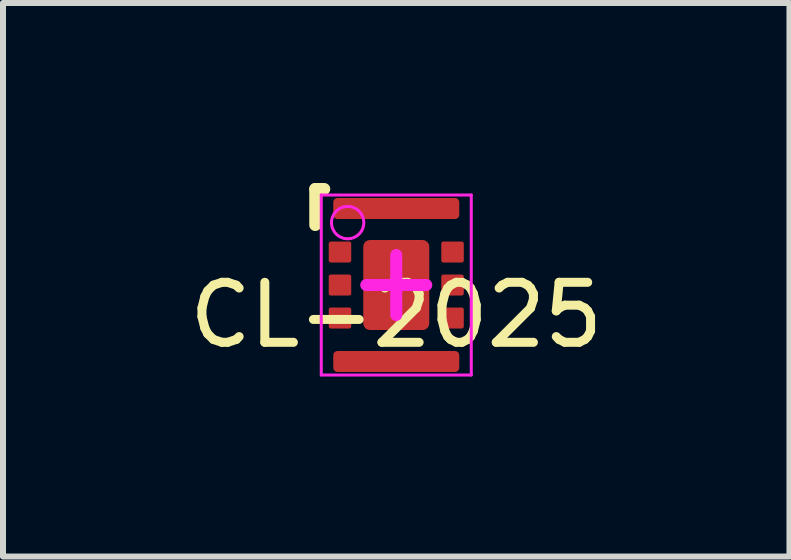
<source format=kicad_pcb>
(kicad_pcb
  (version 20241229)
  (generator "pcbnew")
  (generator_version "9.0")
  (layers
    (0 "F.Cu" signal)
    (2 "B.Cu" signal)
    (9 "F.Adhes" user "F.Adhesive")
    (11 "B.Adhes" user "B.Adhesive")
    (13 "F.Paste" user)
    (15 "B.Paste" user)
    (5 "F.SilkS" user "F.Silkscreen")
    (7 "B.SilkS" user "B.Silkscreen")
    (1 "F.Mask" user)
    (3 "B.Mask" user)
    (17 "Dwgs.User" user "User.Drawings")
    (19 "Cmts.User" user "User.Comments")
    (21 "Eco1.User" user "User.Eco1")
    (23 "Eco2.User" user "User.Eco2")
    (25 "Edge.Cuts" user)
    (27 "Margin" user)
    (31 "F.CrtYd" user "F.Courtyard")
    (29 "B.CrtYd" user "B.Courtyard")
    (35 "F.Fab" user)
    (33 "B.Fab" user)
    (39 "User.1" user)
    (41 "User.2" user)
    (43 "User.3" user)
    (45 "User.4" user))
  (footprint "CL-2025"
    (layer "F.Cu")
    (at 3.554 1.7)
    (property "Reference" "CL-2025" (at 0 0.5 0) (layer "F.SilkS") (effects (font (size 1 1) (thickness 0.15))))
    (attr smd)
    (fp_line (start -1.35 -1.6) (end -1.2 -1.6) (stroke (width 0.2) (type solid)) (layer "F.SilkS"))
    (fp_line (start -1.35 -1) (end -1.35 -1.6) (stroke (width 0.2) (type solid)) (layer "F.SilkS"))
    (fp_poly (pts (xy -1.1 -0.7) (xy -1.1 -0.4) (xy -0.8 -0.4) (xy -0.8 -0.7)) (stroke (width 0.001) (type solid)) (fill yes) (layer "F.Paste"))
    (fp_poly (pts (xy -1.1 -0.15) (xy -1.1 0.15) (xy -0.8 0.15) (xy -0.8 -0.15)) (stroke (width 0.001) (type solid)) (fill yes) (layer "F.Paste"))
    (fp_poly (pts (xy -1.1 0.4) (xy -1.1 0.7) (xy -0.8 0.7) (xy -0.8 0.4)) (stroke (width 0.001) (type solid)) (fill yes) (layer "F.Paste"))
    (fp_poly (pts (xy -1.025 -1.425) (xy 1.025 -1.425) (xy 1.025 -1.15) (xy -1.025 -1.15)) (stroke (width 0.0001) (type solid)) (fill yes) (layer "F.Paste"))
    (fp_poly (pts (xy -1.025 1.13) (xy 1.025 1.13) (xy 1.025 1.405) (xy -1.025 1.405)) (stroke (width 0.0001) (type solid)) (fill yes) (layer "F.Paste"))
    (fp_poly (pts (xy -0.45 -0.25) (xy -0.45 -0.65) (xy 0.45 -0.65) (xy 0.45 -0.25)) (stroke (width 0.001) (type solid)) (fill yes) (layer "F.Paste"))
    (fp_poly (pts (xy -0.45 0.65) (xy -0.45 0.25) (xy 0.45 0.25) (xy 0.45 0.65)) (stroke (width 0.001) (type solid)) (fill yes) (layer "F.Paste"))
    (fp_poly (pts (xy 0.8 -0.7) (xy 0.8 -0.4) (xy 1.1 -0.4) (xy 1.1 -0.7)) (stroke (width 0.001) (type solid)) (fill yes) (layer "F.Paste"))
    (fp_poly (pts (xy 0.8 -0.15) (xy 0.8 0.15) (xy 1.1 0.15) (xy 1.1 -0.15)) (stroke (width 0.001) (type solid)) (fill yes) (layer "F.Paste"))
    (fp_poly (pts (xy 0.8 0.4) (xy 0.8 0.7) (xy 1.1 0.7) (xy 1.1 0.4)) (stroke (width 0.001) (type solid)) (fill yes) (layer "F.Paste"))
    (fp_line (start -1.25 -1.5) (end 1.25 -1.5) (stroke (width 0.05) (type solid)) (layer "F.CrtYd"))
    (fp_line (start -1.25 1.5) (end -1.25 -1.5) (stroke (width 0.05) (type solid)) (layer "F.CrtYd"))
    (fp_line (start -0.5 0) (end 0.5 0) (stroke (width 0.2) (type solid)) (layer "F.CrtYd"))
    (fp_line (start 0 -0.5) (end 0 0.5) (stroke (width 0.2) (type solid)) (layer "F.CrtYd"))
    (fp_line (start 1.25 -1.5) (end 1.25 1.5) (stroke (width 0.05) (type solid)) (layer "F.CrtYd"))
    (fp_line (start 1.25 1.5) (end -1.25 1.5) (stroke (width 0.05) (type solid)) (layer "F.CrtYd"))
    (fp_circle (center -0.81 -1.04) (end -0.58 -0.9) (stroke (width 0.05) (type solid)) (fill no) (layer "F.CrtYd"))
    (pad "1" smd roundrect (at -0.938 -0.55) (size 0.375 0.35) (layers "F.Cu" "F.Mask") (roundrect_rratio 0.1))
    (pad "2" smd roundrect (at -0.938 0) (size 0.375 0.35) (layers "F.Cu" "F.Mask") (roundrect_rratio 0.1))
    (pad "3" smd roundrect (at -0.938 0.55) (size 0.375 0.35) (layers "F.Cu" "F.Mask") (roundrect_rratio 0.1))
    (pad "4" smd roundrect (at 0.938 0.55) (size 0.375 0.35) (layers "F.Cu" "F.Mask") (roundrect_rratio 0.1))
    (pad "5" smd roundrect (at 0.938 0) (size 0.375 0.35) (layers "F.Cu" "F.Mask") (roundrect_rratio 0.1))
    (pad "6" smd roundrect (at 0.938 -0.55) (size 0.375 0.35) (layers "F.Cu" "F.Mask") (roundrect_rratio 0.1))
    (pad "7" smd roundrect (at 0 -1.275) (size 2.1 0.35) (layers "F.Cu" "F.Mask") (roundrect_rratio 0.2))
    (pad "8" smd roundrect (at 0 1.275) (size 2.1 0.35) (layers "F.Cu" "F.Mask") (roundrect_rratio 0.2))
    (pad "9" smd roundrect (at 0 0) (size 1.1 1.5) (layers "F.Cu" "F.Mask") (roundrect_rratio 0.1)))
  (gr_rect
    (start -3 -3)
    (end 10.107 6.225)
    (stroke (width 0.1) (type default))
    (fill no)
    (layer "Edge.Cuts")))
</source>
